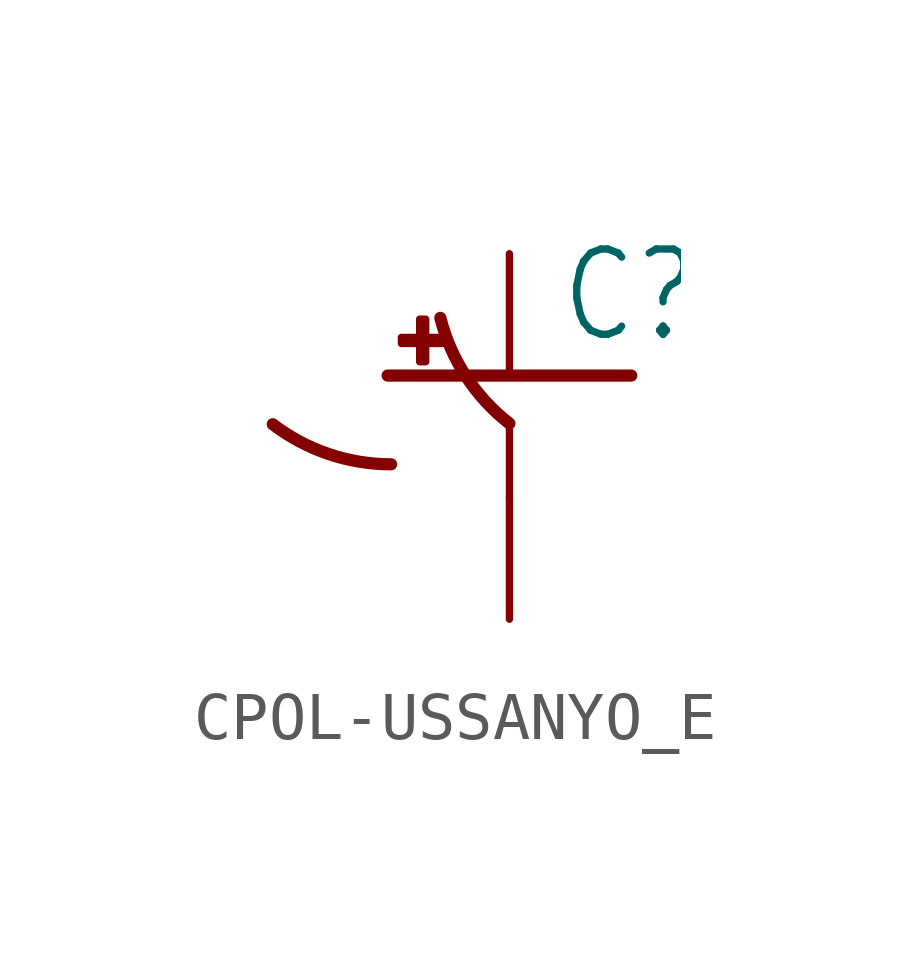
<source format=kicad_sym>
(kicad_symbol_lib
  (version 20241209)
  (generator "kicad_symbol_editor")
  (generator_version "9.0")
  (symbol "CPOL-USSANYO_E"
    (property "Reference" "C"
      (at 1.016 0.635 0)
      (effects (font (size 1.778 1.511)) (justify left bottom)))
    (property "Value" ""
      (at 1.016 -4.191 0)
      (effects (font (size 1.778 1.511)) (justify left bottom)))
    (property "ki_locked" ""
      (at 0 0 0)
      (effects (font (size 1.27 1.27))))
    (symbol "CPOL-USSANYO_E_1_0"
      (polyline (pts (xy -2.54 0) (xy 2.54 0)) (stroke (width 0.254) (type solid)) (fill (type none)))
      (arc (start -2.4669 -1.8504) (mid -3.7689 -1.6361) (end -4.9337 -1.0159) (stroke (width 0.254) (type solid)) (fill (type none)))
      (rectangle (start -2.253 0.668) (end -1.364 0.795) (stroke (width 0) (type default)) (fill (type outline)))
      (rectangle (start -1.872 0.287) (end -1.745 1.176) (stroke (width 0) (type default)) (fill (type outline)))
      (polyline (pts (xy 0 -1.016) (xy 0 -2.54)) (stroke (width 0.152) (type solid)) (fill (type none)))
      (arc (start 0 -1) (mid -0.9038 -0.0189) (end -1.4403 1.2025) (stroke (width 0.254) (type solid)) (fill (type none)))
      (pin passive line (at 0 2.54 270) (length 2.54) (name "+" (effects (font (size 0 0)))) (number "+" (effects (font (size 0 0)))))
      (pin passive line (at 0 -5.08 90) (length 2.54) (name "-" (effects (font (size 0 0)))) (number "-" (effects (font (size 0 0))))))))
</source>
